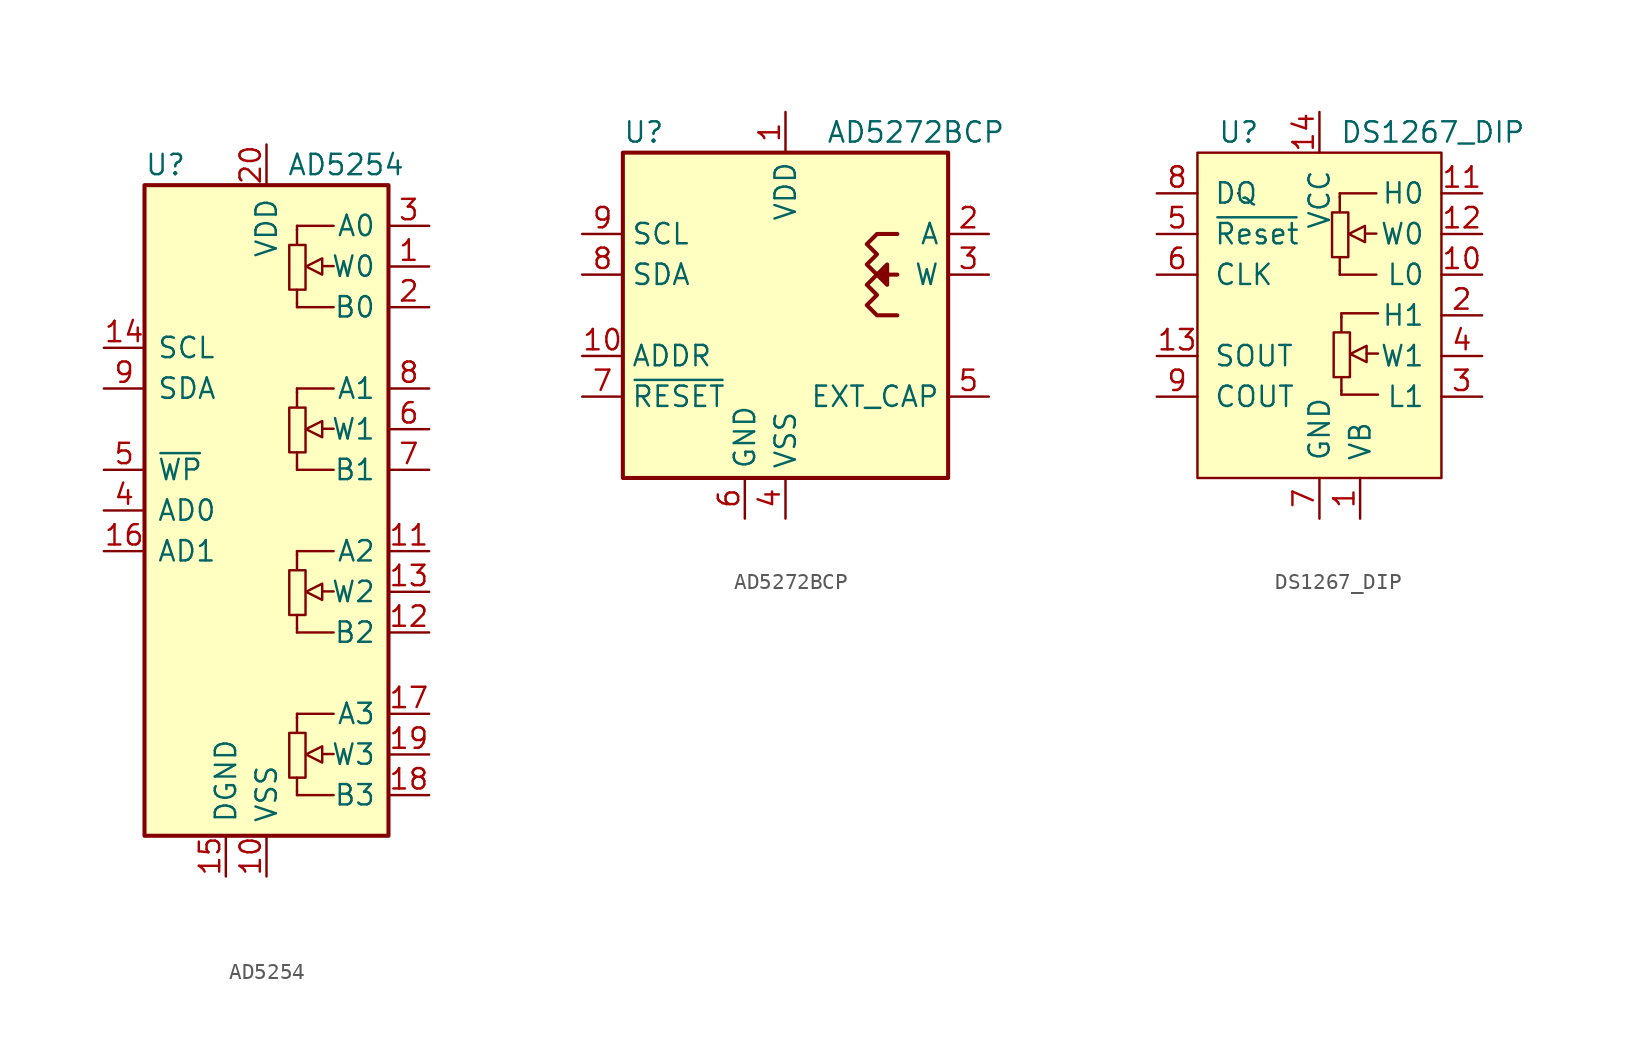
<source format=kicad_sym>
(kicad_symbol_lib
  (version 20201005)
  (generator kicad_symbol_editor)
  (symbol "Potentiometer_Digital:AD5254"
    (pin_names
      (offset 0.762))
    (property "Reference" "U"
      (at -7.62 21.59 0)
      (effects (font (size 1.27 1.27)) (justify left)))
    (property "Value" "AD5254"
      (at 1.27 21.59 0)
      (effects (font (size 1.27 1.27)) (justify left)))
    (symbol "AD5254_0_1"
      (rectangle (start -7.62 20.32) (end 7.62 -20.32) (stroke (width 0.254)) (fill (type background))))
    (symbol "AD5254_1_1"
      (rectangle (start 1.422 -13.894) (end 2.438 -16.688) (stroke (width 0)) (fill (type none)))
      (rectangle (start 1.422 -3.734) (end 2.438 -6.528) (stroke (width 0)) (fill (type none)))
      (rectangle (start 1.422 6.426) (end 2.438 3.632) (stroke (width 0)) (fill (type none)))
      (rectangle (start 1.422 16.586) (end 2.438 13.792) (stroke (width 0)) (fill (type none)))
      (polyline (pts (xy 1.905 -17.526) (xy 1.905 -16.688)) (stroke (width 0)) (fill (type none)))
      (polyline (pts (xy 1.905 -12.929) (xy 1.905 -13.868)) (stroke (width 0)) (fill (type none)))
      (polyline (pts (xy 1.905 -7.366) (xy 1.905 -6.528)) (stroke (width 0)) (fill (type none)))
      (polyline (pts (xy 1.905 -2.769) (xy 1.905 -3.708)) (stroke (width 0)) (fill (type none)))
      (polyline (pts (xy 1.905 2.794) (xy 1.905 3.632)) (stroke (width 0)) (fill (type none)))
      (polyline (pts (xy 1.905 7.391) (xy 1.905 6.452)) (stroke (width 0)) (fill (type none)))
      (polyline (pts (xy 1.905 12.954) (xy 1.905 13.792)) (stroke (width 0)) (fill (type none)))
      (polyline (pts (xy 1.905 17.551) (xy 1.905 16.612)) (stroke (width 0)) (fill (type none)))
      (polyline (pts (xy 3.48 -15.215) (xy 4.191 -15.215)) (stroke (width 0)) (fill (type none)))
      (polyline (pts (xy 3.48 -5.055) (xy 4.191 -5.055)) (stroke (width 0)) (fill (type none)))
      (polyline (pts (xy 3.48 5.105) (xy 4.191 5.105)) (stroke (width 0)) (fill (type none)))
      (polyline (pts (xy 3.48 15.265) (xy 4.191 15.265)) (stroke (width 0)) (fill (type none)))
      (polyline (pts (xy 1.905 -17.78) (xy 1.905 -17.526) (xy 1.905 -17.526)) (stroke (width 0)) (fill (type background)))
      (polyline (pts (xy 1.905 -17.78) (xy 4.191 -17.78) (xy 4.191 -17.78)) (stroke (width 0)) (fill (type background)))
      (polyline (pts (xy 1.905 -12.7) (xy 1.905 -12.954) (xy 1.905 -12.954)) (stroke (width 0)) (fill (type none)))
      (polyline (pts (xy 1.905 -12.7) (xy 4.191 -12.7) (xy 4.191 -12.7)) (stroke (width 0)) (fill (type background)))
      (polyline (pts (xy 1.905 -7.62) (xy 1.905 -7.366) (xy 1.905 -7.366)) (stroke (width 0)) (fill (type background)))
      (polyline (pts (xy 1.905 -7.62) (xy 4.191 -7.62) (xy 4.191 -7.62)) (stroke (width 0)) (fill (type background)))
      (polyline (pts (xy 1.905 -2.54) (xy 1.905 -2.794) (xy 1.905 -2.794)) (stroke (width 0)) (fill (type none)))
      (polyline (pts (xy 1.905 -2.54) (xy 4.191 -2.54) (xy 4.191 -2.54)) (stroke (width 0)) (fill (type background)))
      (polyline (pts (xy 1.905 2.54) (xy 1.905 2.794) (xy 1.905 2.794)) (stroke (width 0)) (fill (type background)))
      (polyline (pts (xy 1.905 2.54) (xy 4.191 2.54) (xy 4.191 2.54)) (stroke (width 0)) (fill (type background)))
      (polyline (pts (xy 1.905 7.62) (xy 1.905 7.366) (xy 1.905 7.366)) (stroke (width 0)) (fill (type none)))
      (polyline (pts (xy 1.905 7.62) (xy 4.191 7.62) (xy 4.191 7.62)) (stroke (width 0)) (fill (type background)))
      (polyline (pts (xy 1.905 12.7) (xy 1.905 12.954) (xy 1.905 12.954)) (stroke (width 0)) (fill (type background)))
      (polyline (pts (xy 1.905 12.7) (xy 4.191 12.7) (xy 4.191 12.7)) (stroke (width 0)) (fill (type background)))
      (polyline (pts (xy 1.905 17.78) (xy 1.905 17.526) (xy 1.905 17.526)) (stroke (width 0)) (fill (type none)))
      (polyline (pts (xy 1.905 17.78) (xy 4.191 17.78) (xy 4.191 17.78)) (stroke (width 0)) (fill (type background)))
      (polyline (pts (xy 3.48 -14.732) (xy 3.48 -15.748) (xy 2.464 -15.24) (xy 3.48 -14.732) (xy 3.48 -14.732)) (stroke (width 0)) (fill (type background)))
      (polyline (pts (xy 3.48 -4.572) (xy 3.48 -5.588) (xy 2.464 -5.08) (xy 3.48 -4.572) (xy 3.48 -4.572)) (stroke (width 0)) (fill (type background)))
      (polyline (pts (xy 3.48 5.588) (xy 3.48 4.572) (xy 2.464 5.08) (xy 3.48 5.588) (xy 3.48 5.588)) (stroke (width 0)) (fill (type background)))
      (polyline (pts (xy 3.48 15.748) (xy 3.48 14.732) (xy 2.464 15.24) (xy 3.48 15.748) (xy 3.48 15.748)) (stroke (width 0)) (fill (type background)))
      (pin passive line (at 10.16 15.24 180) (length 2.54) (name "W0" (effects (font (size 1.27 1.27)))) (number "1" (effects (font (size 1.27 1.27)))))
      (pin power_in line (at 0 -22.86 90) (length 2.54) (name "VSS" (effects (font (size 1.27 1.27)))) (number "10" (effects (font (size 1.27 1.27)))))
      (pin passive line (at 10.16 -2.54 180) (length 2.54) (name "A2" (effects (font (size 1.27 1.27)))) (number "11" (effects (font (size 1.27 1.27)))))
      (pin passive line (at 10.16 -7.62 180) (length 2.54) (name "B2" (effects (font (size 1.27 1.27)))) (number "12" (effects (font (size 1.27 1.27)))))
      (pin passive line (at 10.16 -5.08 180) (length 2.54) (name "W2" (effects (font (size 1.27 1.27)))) (number "13" (effects (font (size 1.27 1.27)))))
      (pin input line (at -10.16 10.16 0) (length 2.54) (name "SCL" (effects (font (size 1.27 1.27)))) (number "14" (effects (font (size 1.27 1.27)))))
      (pin power_in line (at -2.54 -22.86 90) (length 2.54) (name "DGND" (effects (font (size 1.27 1.27)))) (number "15" (effects (font (size 1.27 1.27)))))
      (pin input line (at -10.16 -2.54 0) (length 2.54) (name "AD1" (effects (font (size 1.27 1.27)))) (number "16" (effects (font (size 1.27 1.27)))))
      (pin passive line (at 10.16 -12.7 180) (length 2.54) (name "A3" (effects (font (size 1.27 1.27)))) (number "17" (effects (font (size 1.27 1.27)))))
      (pin passive line (at 10.16 -17.78 180) (length 2.54) (name "B3" (effects (font (size 1.27 1.27)))) (number "18" (effects (font (size 1.27 1.27)))))
      (pin passive line (at 10.16 -15.24 180) (length 2.54) (name "W3" (effects (font (size 1.27 1.27)))) (number "19" (effects (font (size 1.27 1.27)))))
      (pin passive line (at 10.16 12.7 180) (length 2.54) (name "B0" (effects (font (size 1.27 1.27)))) (number "2" (effects (font (size 1.27 1.27)))))
      (pin power_in line (at 0 22.86 270) (length 2.54) (name "VDD" (effects (font (size 1.27 1.27)))) (number "20" (effects (font (size 1.27 1.27)))))
      (pin passive line (at 10.16 17.78 180) (length 2.54) (name "A0" (effects (font (size 1.27 1.27)))) (number "3" (effects (font (size 1.27 1.27)))))
      (pin input line (at -10.16 0 0) (length 2.54) (name "AD0" (effects (font (size 1.27 1.27)))) (number "4" (effects (font (size 1.27 1.27)))))
      (pin input line (at -10.16 2.54 0) (length 2.54) (name "~WP~" (effects (font (size 1.27 1.27)))) (number "5" (effects (font (size 1.27 1.27)))))
      (pin passive line (at 10.16 5.08 180) (length 2.54) (name "W1" (effects (font (size 1.27 1.27)))) (number "6" (effects (font (size 1.27 1.27)))))
      (pin passive line (at 10.16 2.54 180) (length 2.54) (name "B1" (effects (font (size 1.27 1.27)))) (number "7" (effects (font (size 1.27 1.27)))))
      (pin passive line (at 10.16 7.62 180) (length 2.54) (name "A1" (effects (font (size 1.27 1.27)))) (number "8" (effects (font (size 1.27 1.27)))))
      (pin bidirectional line (at -10.16 7.62 0) (length 2.54) (name "SDA" (effects (font (size 1.27 1.27)))) (number "9" (effects (font (size 1.27 1.27)))))))
  (symbol "Potentiometer_Digital:AD5272BCP"
    (property "Reference" "U"
      (at -10.16 11.43 0)
      (effects (font (size 1.27 1.27)) (justify left)))
    (property "Value" "AD5272BCP"
      (at 2.54 11.43 0)
      (effects (font (size 1.27 1.27)) (justify left)))
    (symbol "AD5272BCP_0_1"
      (rectangle (start -10.16 10.16) (end 10.16 -10.16) (stroke (width 0.254)) (fill (type background)))
      (polyline (pts (xy 6.985 2.54) (xy 6.35 2.54) (xy 5.715 2.54) (xy 6.35 3.175) (xy 6.35 1.905) (xy 5.715 2.54)) (stroke (width 0.254)) (fill (type outline)))
      (polyline (pts (xy 6.985 5.08) (xy 5.715 5.08) (xy 5.08 4.445) (xy 5.715 3.81) (xy 5.08 3.175) (xy 5.715 2.54) (xy 5.08 1.905) (xy 5.715 1.27) (xy 5.08 0.635) (xy 5.715 0) (xy 6.985 0)) (stroke (width 0.254)) (fill (type none))))
    (symbol "AD5272BCP_1_1"
      (pin power_in line (at 0 12.7 270) (length 2.54) (name "VDD" (effects (font (size 1.27 1.27)))) (number "1" (effects (font (size 1.27 1.27)))))
      (pin passive line (at -12.7 -2.54 0) (length 2.54) (name "ADDR" (effects (font (size 1.27 1.27)))) (number "10" (effects (font (size 1.27 1.27)))))
      (pin passive line (at 0 -12.7 90) (length 2.54) hide (name "VSS" (effects (font (size 1.27 1.27)))) (number "11" (effects (font (size 1.27 1.27)))))
      (pin passive line (at 12.7 5.08 180) (length 2.54) (name "A" (effects (font (size 1.27 1.27)))) (number "2" (effects (font (size 1.27 1.27)))))
      (pin passive line (at 12.7 2.54 180) (length 2.54) (name "W" (effects (font (size 1.27 1.27)))) (number "3" (effects (font (size 1.27 1.27)))))
      (pin power_in line (at 0 -12.7 90) (length 2.54) (name "VSS" (effects (font (size 1.27 1.27)))) (number "4" (effects (font (size 1.27 1.27)))))
      (pin passive line (at 12.7 -5.08 180) (length 2.54) (name "EXT_CAP" (effects (font (size 1.27 1.27)))) (number "5" (effects (font (size 1.27 1.27)))))
      (pin power_in line (at -2.54 -12.7 90) (length 2.54) (name "GND" (effects (font (size 1.27 1.27)))) (number "6" (effects (font (size 1.27 1.27)))))
      (pin input line (at -12.7 -5.08 0) (length 2.54) (name "~RESET" (effects (font (size 1.27 1.27)))) (number "7" (effects (font (size 1.27 1.27)))))
      (pin bidirectional line (at -12.7 2.54 0) (length 2.54) (name "SDA" (effects (font (size 1.27 1.27)))) (number "8" (effects (font (size 1.27 1.27)))))
      (pin input line (at -12.7 5.08 0) (length 2.54) (name "SCL" (effects (font (size 1.27 1.27)))) (number "9" (effects (font (size 1.27 1.27)))))))
  (symbol "Potentiometer_Digital:DS1267_DIP"
    (pin_names
      (offset 1.016))
    (property "Reference" "U"
      (at -6.35 11.43 0)
      (effects (font (size 1.27 1.27)) (justify left)))
    (property "Value" "DS1267_DIP"
      (at 1.27 11.43 0)
      (effects (font (size 1.27 1.27)) (justify left)))
    (symbol "DS1267_DIP_0_1"
      (rectangle (start -7.62 10.16) (end 7.62 -10.16) (stroke (width 0)) (fill (type background)))
      (rectangle (start -5.08 7.62) (end -5.08 7.62) (stroke (width 0)) (fill (type none)))
      (rectangle (start 0.787 6.426) (end 1.803 3.632) (stroke (width 0)) (fill (type none)))
      (rectangle (start 0.889 -1.067) (end 1.905 -3.861) (stroke (width 0)) (fill (type none)))
      (polyline (pts (xy 1.27 2.794) (xy 1.27 3.632)) (stroke (width 0)) (fill (type none)))
      (polyline (pts (xy 1.27 7.391) (xy 1.27 6.452)) (stroke (width 0)) (fill (type none)))
      (polyline (pts (xy 1.372 -4.699) (xy 1.372 -3.861)) (stroke (width 0)) (fill (type none)))
      (polyline (pts (xy 1.372 -0.102) (xy 1.372 -1.041)) (stroke (width 0)) (fill (type none)))
      (polyline (pts (xy 2.845 5.105) (xy 3.556 5.105)) (stroke (width 0)) (fill (type none)))
      (polyline (pts (xy 2.946 -2.388) (xy 3.658 -2.388)) (stroke (width 0)) (fill (type none)))
      (polyline (pts (xy 1.27 2.54) (xy 1.27 2.794) (xy 1.27 2.794)) (stroke (width 0)) (fill (type background)))
      (polyline (pts (xy 1.27 2.54) (xy 3.556 2.54) (xy 3.556 2.54)) (stroke (width 0)) (fill (type background)))
      (polyline (pts (xy 1.27 7.62) (xy 1.27 7.366) (xy 1.27 7.366)) (stroke (width 0)) (fill (type none)))
      (polyline (pts (xy 1.27 7.62) (xy 3.556 7.62) (xy 3.556 7.62)) (stroke (width 0)) (fill (type background)))
      (polyline (pts (xy 1.372 -4.953) (xy 1.372 -4.699) (xy 1.372 -4.699)) (stroke (width 0)) (fill (type background)))
      (polyline (pts (xy 1.372 -4.953) (xy 3.658 -4.953) (xy 3.658 -4.953)) (stroke (width 0)) (fill (type background)))
      (polyline (pts (xy 1.372 0.127) (xy 1.372 -0.127) (xy 1.372 -0.127)) (stroke (width 0)) (fill (type none)))
      (polyline (pts (xy 1.372 0.127) (xy 3.658 0.127) (xy 3.658 0.127)) (stroke (width 0)) (fill (type background)))
      (polyline (pts (xy 2.845 5.588) (xy 2.845 4.572) (xy 1.829 5.08) (xy 2.845 5.588) (xy 2.845 5.588)) (stroke (width 0)) (fill (type background)))
      (polyline (pts (xy 2.946 -1.905) (xy 2.946 -2.921) (xy 1.93 -2.413) (xy 2.946 -1.905) (xy 2.946 -1.905)) (stroke (width 0)) (fill (type background))))
    (symbol "DS1267_DIP_1_1"
      (pin power_in line (at 2.54 -12.7 90) (length 2.54) (name "VB" (effects (font (size 1.27 1.27)))) (number "1" (effects (font (size 1.27 1.27)))))
      (pin passive line (at 10.16 2.54 180) (length 2.54) (name "L0" (effects (font (size 1.27 1.27)))) (number "10" (effects (font (size 1.27 1.27)))))
      (pin passive line (at 10.16 7.62 180) (length 2.54) (name "H0" (effects (font (size 1.27 1.27)))) (number "11" (effects (font (size 1.27 1.27)))))
      (pin passive line (at 10.16 5.08 180) (length 2.54) (name "W0" (effects (font (size 1.27 1.27)))) (number "12" (effects (font (size 1.27 1.27)))))
      (pin output line (at -10.16 -2.54 0) (length 2.54) (name "SOUT" (effects (font (size 1.27 1.27)))) (number "13" (effects (font (size 1.27 1.27)))))
      (pin power_in line (at 0 12.7 270) (length 2.54) (name "VCC" (effects (font (size 1.27 1.27)))) (number "14" (effects (font (size 1.27 1.27)))))
      (pin passive line (at 10.16 0 180) (length 2.54) (name "H1" (effects (font (size 1.27 1.27)))) (number "2" (effects (font (size 1.27 1.27)))))
      (pin passive line (at 10.16 -5.08 180) (length 2.54) (name "L1" (effects (font (size 1.27 1.27)))) (number "3" (effects (font (size 1.27 1.27)))))
      (pin passive line (at 10.16 -2.54 180) (length 2.54) (name "W1" (effects (font (size 1.27 1.27)))) (number "4" (effects (font (size 1.27 1.27)))))
      (pin input line (at -10.16 5.08 0) (length 2.54) (name "~Reset" (effects (font (size 1.27 1.27)))) (number "5" (effects (font (size 1.27 1.27)))))
      (pin input line (at -10.16 2.54 0) (length 2.54) (name "CLK" (effects (font (size 1.27 1.27)))) (number "6" (effects (font (size 1.27 1.27)))))
      (pin power_in line (at 0 -12.7 90) (length 2.54) (name "GND" (effects (font (size 1.27 1.27)))) (number "7" (effects (font (size 1.27 1.27)))))
      (pin input line (at -10.16 7.62 0) (length 2.54) (name "DQ" (effects (font (size 1.27 1.27)))) (number "8" (effects (font (size 1.27 1.27)))))
      (pin output line (at -10.16 -5.08 0) (length 2.54) (name "COUT" (effects (font (size 1.27 1.27)))) (number "9" (effects (font (size 1.27 1.27))))))))
</source>
